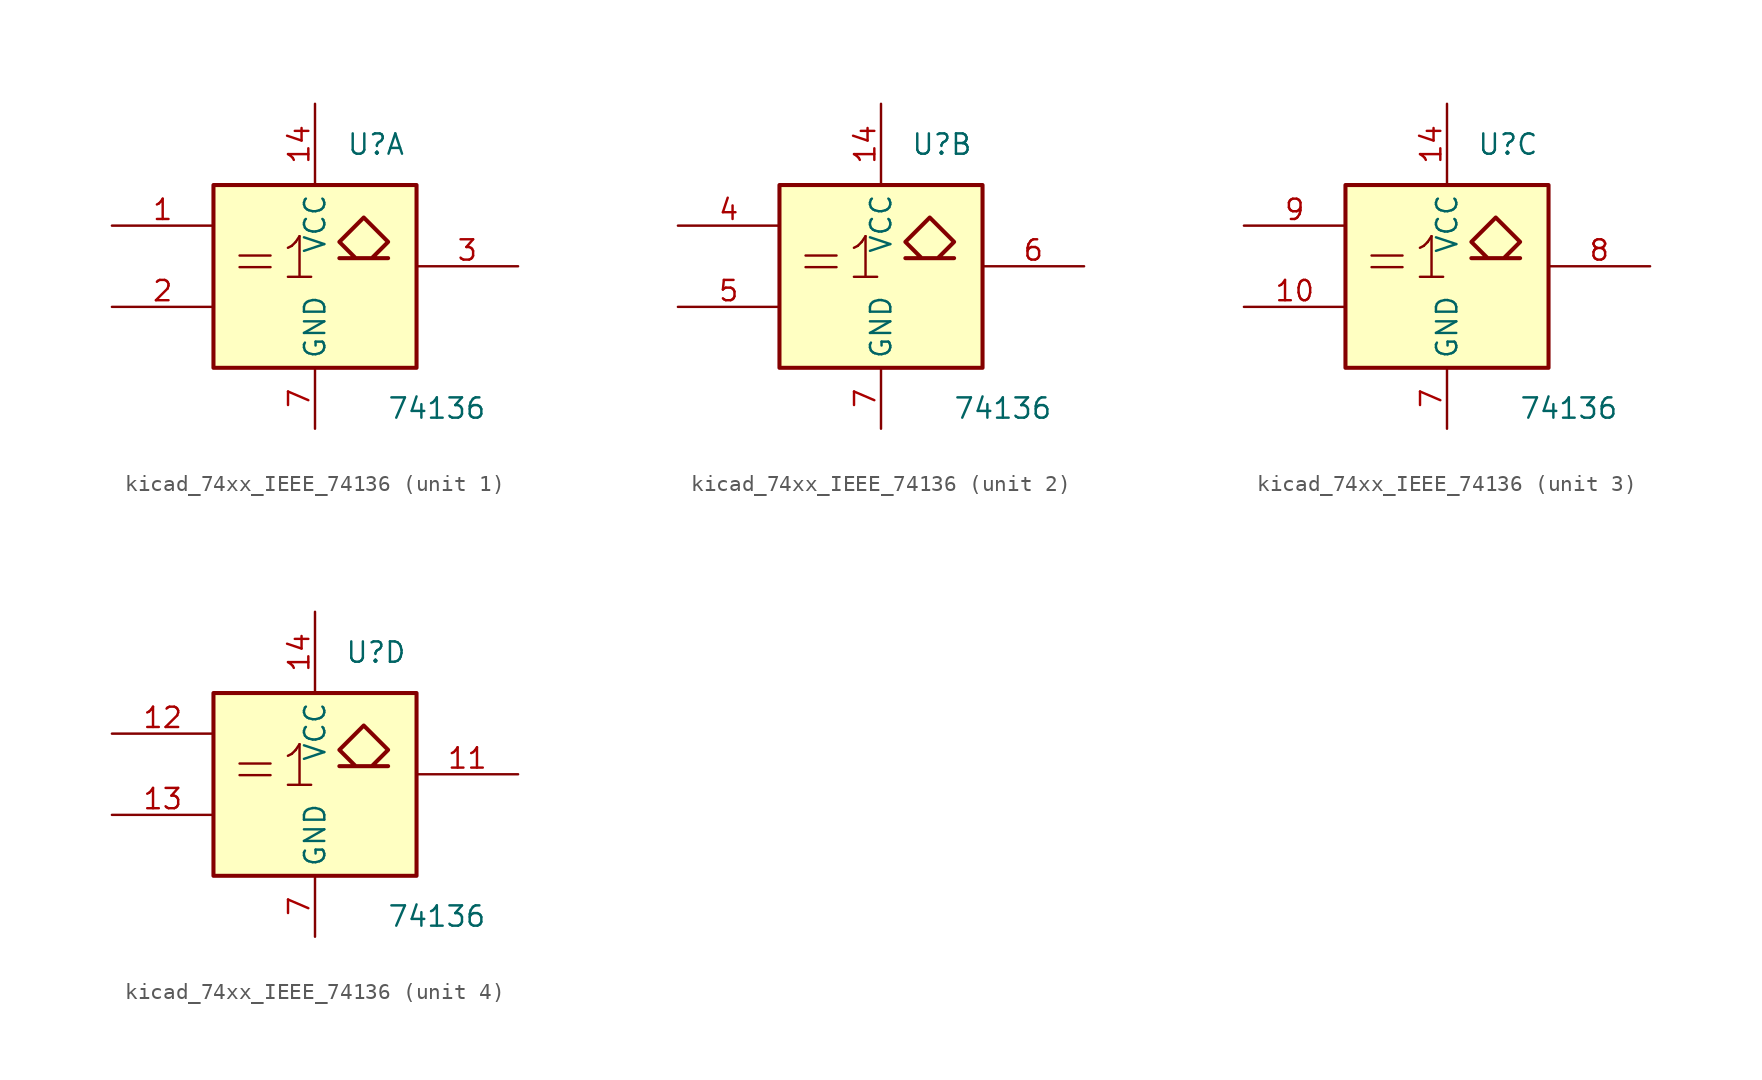
<source format=kicad_sym>
(kicad_symbol_lib
  (version 20220914)
  (generator kicad_symbol_editor)
  (symbol "kicad_74xx_IEEE_74136"
    (property "Reference" "U"
      (at 3.81 7.62 0)
      (effects (font (size 1.27 1.27))))
    (property "Value" "74136"
      (at 7.62 -8.89 0)
      (effects (font (size 1.27 1.27))))
    (symbol "kicad_74xx_IEEE_74136_0_1"
      (rectangle (start -6.35 5.08) (end 6.35 -6.35) (stroke (width 0.254) (type default)) (fill (type background)))
      (polyline (pts (xy 3.556 0.508) (xy 4.572 1.524) (xy 3.048 3.048) (xy 1.524 1.524) (xy 2.54 0.508) (xy 1.524 0.508) (xy 4.572 0.508) (xy 4.572 0.508)) (stroke (width 0.254) (type default)) (fill (type background)))
      (text "=1" (at -2.54 0.508 0) (effects (font (size 2.54 2.54))))
      (pin power_in line (at 0 10.16 270) (length 5.08) (name "VCC" (effects (font (size 1.27 1.27)))) (number "14" (effects (font (size 1.27 1.27)))))
      (pin power_in line (at 0 -10.16 90) (length 3.81) (name "GND" (effects (font (size 1.27 1.27)))) (number "7" (effects (font (size 1.27 1.27))))))
    (symbol "kicad_74xx_IEEE_74136_1_1"
      (pin input line (at -12.7 2.54 0) (length 6.35) (name "~" (effects (font (size 1.27 1.27)))) (number "1" (effects (font (size 1.27 1.27)))))
      (pin input line (at -12.7 -2.54 0) (length 6.35) (name "~" (effects (font (size 1.27 1.27)))) (number "2" (effects (font (size 1.27 1.27)))))
      (pin open_collector line (at 12.7 0 180) (length 6.35) (name "~" (effects (font (size 1.27 1.27)))) (number "3" (effects (font (size 1.27 1.27))))))
    (symbol "kicad_74xx_IEEE_74136_2_1"
      (pin input line (at -12.7 2.54 0) (length 6.35) (name "~" (effects (font (size 1.27 1.27)))) (number "4" (effects (font (size 1.27 1.27)))))
      (pin input line (at -12.7 -2.54 0) (length 6.35) (name "~" (effects (font (size 1.27 1.27)))) (number "5" (effects (font (size 1.27 1.27)))))
      (pin open_collector line (at 12.7 0 180) (length 6.35) (name "~" (effects (font (size 1.27 1.27)))) (number "6" (effects (font (size 1.27 1.27))))))
    (symbol "kicad_74xx_IEEE_74136_3_1"
      (pin input line (at -12.7 -2.54 0) (length 6.35) (name "~" (effects (font (size 1.27 1.27)))) (number "10" (effects (font (size 1.27 1.27)))))
      (pin open_collector line (at 12.7 0 180) (length 6.35) (name "~" (effects (font (size 1.27 1.27)))) (number "8" (effects (font (size 1.27 1.27)))))
      (pin input line (at -12.7 2.54 0) (length 6.35) (name "~" (effects (font (size 1.27 1.27)))) (number "9" (effects (font (size 1.27 1.27))))))
    (symbol "kicad_74xx_IEEE_74136_4_1"
      (pin open_collector line (at 12.7 0 180) (length 6.35) (name "~" (effects (font (size 1.27 1.27)))) (number "11" (effects (font (size 1.27 1.27)))))
      (pin input line (at -12.7 2.54 0) (length 6.35) (name "~" (effects (font (size 1.27 1.27)))) (number "12" (effects (font (size 1.27 1.27)))))
      (pin input line (at -12.7 -2.54 0) (length 6.35) (name "~" (effects (font (size 1.27 1.27)))) (number "13" (effects (font (size 1.27 1.27))))))))
</source>
